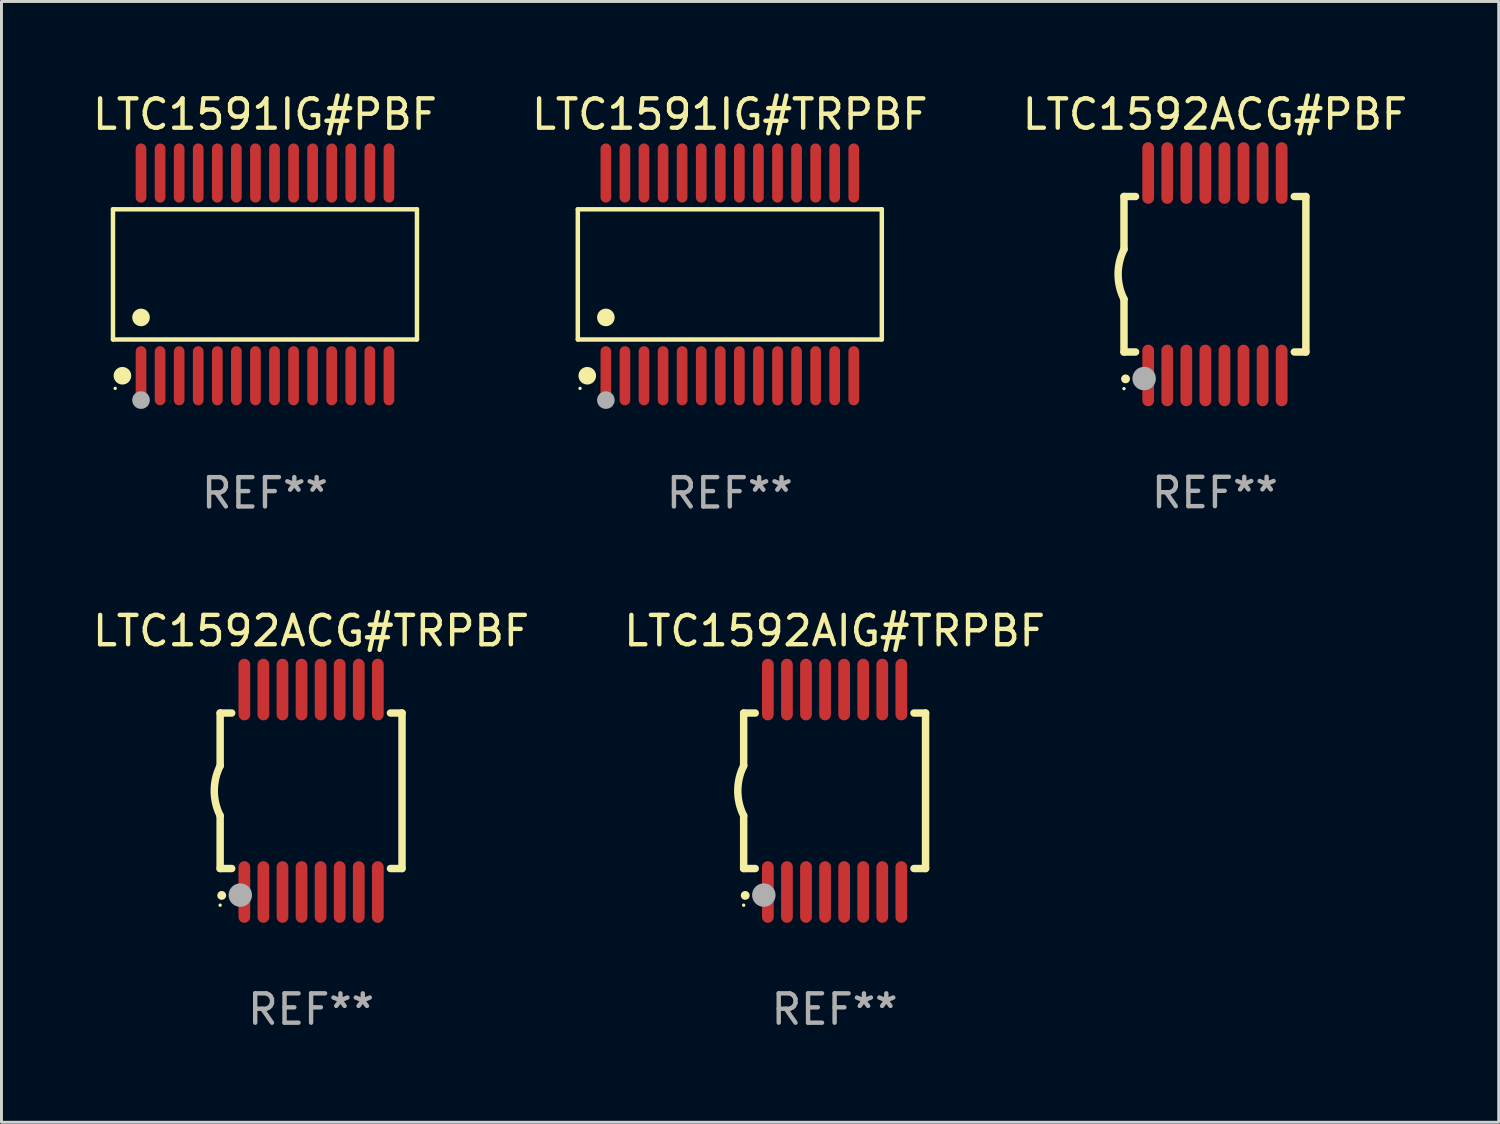
<source format=kicad_pcb>
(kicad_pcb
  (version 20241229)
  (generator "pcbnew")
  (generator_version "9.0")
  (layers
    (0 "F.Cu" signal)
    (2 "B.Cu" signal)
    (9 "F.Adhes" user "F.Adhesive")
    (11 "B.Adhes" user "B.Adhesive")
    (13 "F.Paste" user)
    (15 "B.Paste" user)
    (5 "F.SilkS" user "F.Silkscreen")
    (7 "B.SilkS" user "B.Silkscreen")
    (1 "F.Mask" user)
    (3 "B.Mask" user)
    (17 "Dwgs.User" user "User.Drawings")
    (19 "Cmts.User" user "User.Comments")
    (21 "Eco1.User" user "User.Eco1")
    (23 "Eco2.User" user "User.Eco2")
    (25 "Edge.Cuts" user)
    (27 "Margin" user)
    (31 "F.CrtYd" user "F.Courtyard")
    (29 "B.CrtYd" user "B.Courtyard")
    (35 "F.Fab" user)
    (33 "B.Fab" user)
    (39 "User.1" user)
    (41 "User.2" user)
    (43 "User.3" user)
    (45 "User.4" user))
  (footprint "LTC1592ACG#PBF"
    (layer "F.Cu")
    (at 38.363 6.298)
    (property "Reference" "LTC1592ACG#PBF" (at 0 -5.45 0) (layer "F.SilkS") (effects (font (size 1 1) (thickness 0.15))))
    (attr through_hole)
    (fp_line (start -3.1 -2.65) (end -3.1 -0.85) (stroke (width 0.254) (type solid)) (layer "F.SilkS"))
    (fp_line (start -3.1 -2.65) (end -2.706 -2.65) (stroke (width 0.254) (type solid)) (layer "F.SilkS"))
    (fp_line (start -3.1 2.65) (end -3.1 0.85) (stroke (width 0.254) (type solid)) (layer "F.SilkS"))
    (fp_line (start -3.1 2.65) (end -2.706 2.65) (stroke (width 0.254) (type solid)) (layer "F.SilkS"))
    (fp_line (start 2.706 -2.65) (end 3.1 -2.65) (stroke (width 0.254) (type solid)) (layer "F.SilkS"))
    (fp_line (start 2.706 2.65) (end 3.1 2.65) (stroke (width 0.254) (type solid)) (layer "F.SilkS"))
    (fp_line (start 3.1 -2.65) (end 3.1 2.65) (stroke (width 0.254) (type solid)) (layer "F.SilkS"))
    (fp_arc (start -3.098907 0.850902) (mid -3.300057 0.000523) (end -3.1 -0.850114) (stroke (width 0.254001) (type solid)) (layer "F.SilkS"))
    (fp_arc (start -3.048006 3.566066) (mid -3.046736 3.566061) (end -3.045466 3.566066) (stroke (width 0.3) (type solid)) (layer "F.SilkS"))
    (fp_circle (center -3.1 3.9) (end -3.07 3.9) (stroke (width 0.06) (type solid)) (fill no) (layer "F.SilkS"))
    (fp_circle (center -2.413 3.556) (end -2.213 3.556) (stroke (width 0.4) (type solid)) (fill no) (layer "F.Fab"))
    (fp_text user "REF**" (at 0 7.45 0) (layer "F.Fab") (effects (font (size 1 1) (thickness 0.15))))
    (pad "1" smd oval (at -2.275 3.45 180) (size 0.4 2.1) (layers "F.Cu" "F.Mask" "F.Paste"))
    (pad "2" smd oval (at -1.625 3.45 180) (size 0.4 2.1) (layers "F.Cu" "F.Mask" "F.Paste"))
    (pad "3" smd oval (at -0.975 3.45 180) (size 0.4 2.1) (layers "F.Cu" "F.Mask" "F.Paste"))
    (pad "4" smd oval (at -0.325 3.45 180) (size 0.4 2.1) (layers "F.Cu" "F.Mask" "F.Paste"))
    (pad "5" smd oval (at 0.325 3.45 180) (size 0.4 2.1) (layers "F.Cu" "F.Mask" "F.Paste"))
    (pad "6" smd oval (at 0.975 3.45 180) (size 0.4 2.1) (layers "F.Cu" "F.Mask" "F.Paste"))
    (pad "7" smd oval (at 1.625 3.45 180) (size 0.4 2.1) (layers "F.Cu" "F.Mask" "F.Paste"))
    (pad "8" smd oval (at 2.275 3.45 180) (size 0.4 2.1) (layers "F.Cu" "F.Mask" "F.Paste"))
    (pad "9" smd oval (at 2.275 -3.45 180) (size 0.4 2.1) (layers "F.Cu" "F.Mask" "F.Paste"))
    (pad "10" smd oval (at 1.625 -3.45 180) (size 0.4 2.1) (layers "F.Cu" "F.Mask" "F.Paste"))
    (pad "11" smd oval (at 0.975 -3.45 180) (size 0.4 2.1) (layers "F.Cu" "F.Mask" "F.Paste"))
    (pad "12" smd oval (at 0.325 -3.45 180) (size 0.4 2.1) (layers "F.Cu" "F.Mask" "F.Paste"))
    (pad "13" smd oval (at -0.325 -3.45 180) (size 0.4 2.1) (layers "F.Cu" "F.Mask" "F.Paste"))
    (pad "14" smd oval (at -0.975 -3.45 180) (size 0.4 2.1) (layers "F.Cu" "F.Mask" "F.Paste"))
    (pad "15" smd oval (at -1.625 -3.45 180) (size 0.4 2.1) (layers "F.Cu" "F.Mask" "F.Paste"))
    (pad "16" smd oval (at -2.275 -3.45 180) (size 0.4 2.1) (layers "F.Cu" "F.Mask" "F.Paste")))
  (footprint "LTC1591IG#PBF"
    (layer "F.Cu")
    (at 5.982 6.303)
    (property "Reference" "LTC1591IG#PBF" (at 0 -5.455 0) (layer "F.SilkS") (effects (font (size 1 1) (thickness 0.15))))
    (attr through_hole)
    (fp_line (start -5.181 -2.219) (end 5.181 -2.219) (stroke (width 0.152) (type solid)) (layer "F.SilkS"))
    (fp_line (start -5.181 2.219) (end -5.181 -2.219) (stroke (width 0.152) (type solid)) (layer "F.SilkS"))
    (fp_line (start 5.181 -2.219) (end 5.181 2.219) (stroke (width 0.152) (type solid)) (layer "F.SilkS"))
    (fp_line (start 5.181 2.219) (end -5.181 2.219) (stroke (width 0.152) (type solid)) (layer "F.SilkS"))
    (fp_circle (center -5.105 3.885) (end -5.075 3.885) (stroke (width 0.06) (type solid)) (fill no) (layer "F.SilkS"))
    (fp_circle (center -4.859 3.455) (end -4.709 3.455) (stroke (width 0.3) (type solid)) (fill no) (layer "F.SilkS"))
    (fp_circle (center -4.225 1.467) (end -4.075 1.467) (stroke (width 0.3) (type solid)) (fill no) (layer "F.SilkS"))
    (fp_circle (center -4.225 4.285) (end -4.075 4.285) (stroke (width 0.3) (type solid)) (fill no) (layer "F.Fab"))
    (fp_text user "REF**" (at 0 7.455 0) (layer "F.Fab") (effects (font (size 1 1) (thickness 0.15))))
    (pad "1" smd oval (at -4.225 3.455) (size 0.364 2.015) (layers "F.Cu" "F.Mask" "F.Paste"))
    (pad "2" smd oval (at -3.575 3.455) (size 0.364 2.015) (layers "F.Cu" "F.Mask" "F.Paste"))
    (pad "3" smd oval (at -2.925 3.455) (size 0.364 2.015) (layers "F.Cu" "F.Mask" "F.Paste"))
    (pad "4" smd oval (at -2.275 3.455) (size 0.364 2.015) (layers "F.Cu" "F.Mask" "F.Paste"))
    (pad "5" smd oval (at -1.625 3.455) (size 0.364 2.015) (layers "F.Cu" "F.Mask" "F.Paste"))
    (pad "6" smd oval (at -0.975 3.455) (size 0.364 2.015) (layers "F.Cu" "F.Mask" "F.Paste"))
    (pad "7" smd oval (at -0.325 3.455) (size 0.364 2.015) (layers "F.Cu" "F.Mask" "F.Paste"))
    (pad "8" smd oval (at 0.325 3.455) (size 0.364 2.015) (layers "F.Cu" "F.Mask" "F.Paste"))
    (pad "9" smd oval (at 0.975 3.455) (size 0.364 2.015) (layers "F.Cu" "F.Mask" "F.Paste"))
    (pad "10" smd oval (at 1.625 3.455) (size 0.364 2.015) (layers "F.Cu" "F.Mask" "F.Paste"))
    (pad "11" smd oval (at 2.275 3.455) (size 0.364 2.015) (layers "F.Cu" "F.Mask" "F.Paste"))
    (pad "12" smd oval (at 2.925 3.455) (size 0.364 2.015) (layers "F.Cu" "F.Mask" "F.Paste"))
    (pad "13" smd oval (at 3.575 3.455) (size 0.364 2.015) (layers "F.Cu" "F.Mask" "F.Paste"))
    (pad "14" smd oval (at 4.225 3.455) (size 0.364 2.015) (layers "F.Cu" "F.Mask" "F.Paste"))
    (pad "15" smd oval (at 4.225 -3.455) (size 0.364 2.015) (layers "F.Cu" "F.Mask" "F.Paste"))
    (pad "16" smd oval (at 3.575 -3.455) (size 0.364 2.015) (layers "F.Cu" "F.Mask" "F.Paste"))
    (pad "17" smd oval (at 2.925 -3.455) (size 0.364 2.015) (layers "F.Cu" "F.Mask" "F.Paste"))
    (pad "18" smd oval (at 2.275 -3.455) (size 0.364 2.015) (layers "F.Cu" "F.Mask" "F.Paste"))
    (pad "19" smd oval (at 1.625 -3.455) (size 0.364 2.015) (layers "F.Cu" "F.Mask" "F.Paste"))
    (pad "20" smd oval (at 0.975 -3.455) (size 0.364 2.015) (layers "F.Cu" "F.Mask" "F.Paste"))
    (pad "21" smd oval (at 0.325 -3.455) (size 0.364 2.015) (layers "F.Cu" "F.Mask" "F.Paste"))
    (pad "22" smd oval (at -0.325 -3.455) (size 0.364 2.015) (layers "F.Cu" "F.Mask" "F.Paste"))
    (pad "23" smd oval (at -0.975 -3.455) (size 0.364 2.015) (layers "F.Cu" "F.Mask" "F.Paste"))
    (pad "24" smd oval (at -1.625 -3.455) (size 0.364 2.015) (layers "F.Cu" "F.Mask" "F.Paste"))
    (pad "25" smd oval (at -2.275 -3.455) (size 0.364 2.015) (layers "F.Cu" "F.Mask" "F.Paste"))
    (pad "26" smd oval (at -2.925 -3.455) (size 0.364 2.015) (layers "F.Cu" "F.Mask" "F.Paste"))
    (pad "27" smd oval (at -3.575 -3.455) (size 0.364 2.015) (layers "F.Cu" "F.Mask" "F.Paste"))
    (pad "28" smd oval (at -4.225 -3.455) (size 0.364 2.015) (layers "F.Cu" "F.Mask" "F.Paste")))
  (footprint "LTC1592ACG#TRPBF"
    (layer "F.Cu")
    (at 7.554 23.905)
    (property "Reference" "LTC1592ACG#TRPBF" (at 0 -5.45 0) (layer "F.SilkS") (effects (font (size 1 1) (thickness 0.15))))
    (attr through_hole)
    (fp_line (start -3.1 -2.65) (end -3.1 -0.85) (stroke (width 0.254) (type solid)) (layer "F.SilkS"))
    (fp_line (start -3.1 -2.65) (end -2.706 -2.65) (stroke (width 0.254) (type solid)) (layer "F.SilkS"))
    (fp_line (start -3.1 2.65) (end -3.1 0.85) (stroke (width 0.254) (type solid)) (layer "F.SilkS"))
    (fp_line (start -3.1 2.65) (end -2.706 2.65) (stroke (width 0.254) (type solid)) (layer "F.SilkS"))
    (fp_line (start 2.706 -2.65) (end 3.1 -2.65) (stroke (width 0.254) (type solid)) (layer "F.SilkS"))
    (fp_line (start 2.706 2.65) (end 3.1 2.65) (stroke (width 0.254) (type solid)) (layer "F.SilkS"))
    (fp_line (start 3.1 -2.65) (end 3.1 2.65) (stroke (width 0.254) (type solid)) (layer "F.SilkS"))
    (fp_arc (start -3.098907 0.850902) (mid -3.300057 0.000523) (end -3.1 -0.850114) (stroke (width 0.254001) (type solid)) (layer "F.SilkS"))
    (fp_arc (start -3.048006 3.566066) (mid -3.046736 3.566061) (end -3.045466 3.566066) (stroke (width 0.3) (type solid)) (layer "F.SilkS"))
    (fp_circle (center -3.1 3.9) (end -3.07 3.9) (stroke (width 0.06) (type solid)) (fill no) (layer "F.SilkS"))
    (fp_circle (center -2.413 3.556) (end -2.213 3.556) (stroke (width 0.4) (type solid)) (fill no) (layer "F.Fab"))
    (fp_text user "REF**" (at 0 7.45 0) (layer "F.Fab") (effects (font (size 1 1) (thickness 0.15))))
    (pad "1" smd oval (at -2.275 3.45 180) (size 0.4 2.1) (layers "F.Cu" "F.Mask" "F.Paste"))
    (pad "2" smd oval (at -1.625 3.45 180) (size 0.4 2.1) (layers "F.Cu" "F.Mask" "F.Paste"))
    (pad "3" smd oval (at -0.975 3.45 180) (size 0.4 2.1) (layers "F.Cu" "F.Mask" "F.Paste"))
    (pad "4" smd oval (at -0.325 3.45 180) (size 0.4 2.1) (layers "F.Cu" "F.Mask" "F.Paste"))
    (pad "5" smd oval (at 0.325 3.45 180) (size 0.4 2.1) (layers "F.Cu" "F.Mask" "F.Paste"))
    (pad "6" smd oval (at 0.975 3.45 180) (size 0.4 2.1) (layers "F.Cu" "F.Mask" "F.Paste"))
    (pad "7" smd oval (at 1.625 3.45 180) (size 0.4 2.1) (layers "F.Cu" "F.Mask" "F.Paste"))
    (pad "8" smd oval (at 2.275 3.45 180) (size 0.4 2.1) (layers "F.Cu" "F.Mask" "F.Paste"))
    (pad "9" smd oval (at 2.275 -3.45 180) (size 0.4 2.1) (layers "F.Cu" "F.Mask" "F.Paste"))
    (pad "10" smd oval (at 1.625 -3.45 180) (size 0.4 2.1) (layers "F.Cu" "F.Mask" "F.Paste"))
    (pad "11" smd oval (at 0.975 -3.45 180) (size 0.4 2.1) (layers "F.Cu" "F.Mask" "F.Paste"))
    (pad "12" smd oval (at 0.325 -3.45 180) (size 0.4 2.1) (layers "F.Cu" "F.Mask" "F.Paste"))
    (pad "13" smd oval (at -0.325 -3.45 180) (size 0.4 2.1) (layers "F.Cu" "F.Mask" "F.Paste"))
    (pad "14" smd oval (at -0.975 -3.45 180) (size 0.4 2.1) (layers "F.Cu" "F.Mask" "F.Paste"))
    (pad "15" smd oval (at -1.625 -3.45 180) (size 0.4 2.1) (layers "F.Cu" "F.Mask" "F.Paste"))
    (pad "16" smd oval (at -2.275 -3.45 180) (size 0.4 2.1) (layers "F.Cu" "F.Mask" "F.Paste")))
  (footprint "LTC1592AIG#TRPBF"
    (layer "F.Cu")
    (at 25.399 23.905)
    (property "Reference" "LTC1592AIG#TRPBF" (at 0 -5.45 0) (layer "F.SilkS") (effects (font (size 1 1) (thickness 0.15))))
    (attr through_hole)
    (fp_line (start -3.1 -2.65) (end -3.1 -0.85) (stroke (width 0.254) (type solid)) (layer "F.SilkS"))
    (fp_line (start -3.1 -2.65) (end -2.706 -2.65) (stroke (width 0.254) (type solid)) (layer "F.SilkS"))
    (fp_line (start -3.1 2.65) (end -3.1 0.85) (stroke (width 0.254) (type solid)) (layer "F.SilkS"))
    (fp_line (start -3.1 2.65) (end -2.706 2.65) (stroke (width 0.254) (type solid)) (layer "F.SilkS"))
    (fp_line (start 2.706 -2.65) (end 3.1 -2.65) (stroke (width 0.254) (type solid)) (layer "F.SilkS"))
    (fp_line (start 2.706 2.65) (end 3.1 2.65) (stroke (width 0.254) (type solid)) (layer "F.SilkS"))
    (fp_line (start 3.1 -2.65) (end 3.1 2.65) (stroke (width 0.254) (type solid)) (layer "F.SilkS"))
    (fp_arc (start -3.098907 0.850902) (mid -3.300057 0.000523) (end -3.1 -0.850114) (stroke (width 0.254001) (type solid)) (layer "F.SilkS"))
    (fp_arc (start -3.048006 3.566066) (mid -3.046736 3.566061) (end -3.045466 3.566066) (stroke (width 0.3) (type solid)) (layer "F.SilkS"))
    (fp_circle (center -3.1 3.9) (end -3.07 3.9) (stroke (width 0.06) (type solid)) (fill no) (layer "F.SilkS"))
    (fp_circle (center -2.413 3.556) (end -2.213 3.556) (stroke (width 0.4) (type solid)) (fill no) (layer "F.Fab"))
    (fp_text user "REF**" (at 0 7.45 0) (layer "F.Fab") (effects (font (size 1 1) (thickness 0.15))))
    (pad "1" smd oval (at -2.275 3.45 180) (size 0.4 2.1) (layers "F.Cu" "F.Mask" "F.Paste"))
    (pad "2" smd oval (at -1.625 3.45 180) (size 0.4 2.1) (layers "F.Cu" "F.Mask" "F.Paste"))
    (pad "3" smd oval (at -0.975 3.45 180) (size 0.4 2.1) (layers "F.Cu" "F.Mask" "F.Paste"))
    (pad "4" smd oval (at -0.325 3.45 180) (size 0.4 2.1) (layers "F.Cu" "F.Mask" "F.Paste"))
    (pad "5" smd oval (at 0.325 3.45 180) (size 0.4 2.1) (layers "F.Cu" "F.Mask" "F.Paste"))
    (pad "6" smd oval (at 0.975 3.45 180) (size 0.4 2.1) (layers "F.Cu" "F.Mask" "F.Paste"))
    (pad "7" smd oval (at 1.625 3.45 180) (size 0.4 2.1) (layers "F.Cu" "F.Mask" "F.Paste"))
    (pad "8" smd oval (at 2.275 3.45 180) (size 0.4 2.1) (layers "F.Cu" "F.Mask" "F.Paste"))
    (pad "9" smd oval (at 2.275 -3.45 180) (size 0.4 2.1) (layers "F.Cu" "F.Mask" "F.Paste"))
    (pad "10" smd oval (at 1.625 -3.45 180) (size 0.4 2.1) (layers "F.Cu" "F.Mask" "F.Paste"))
    (pad "11" smd oval (at 0.975 -3.45 180) (size 0.4 2.1) (layers "F.Cu" "F.Mask" "F.Paste"))
    (pad "12" smd oval (at 0.325 -3.45 180) (size 0.4 2.1) (layers "F.Cu" "F.Mask" "F.Paste"))
    (pad "13" smd oval (at -0.325 -3.45 180) (size 0.4 2.1) (layers "F.Cu" "F.Mask" "F.Paste"))
    (pad "14" smd oval (at -0.975 -3.45 180) (size 0.4 2.1) (layers "F.Cu" "F.Mask" "F.Paste"))
    (pad "15" smd oval (at -1.625 -3.45 180) (size 0.4 2.1) (layers "F.Cu" "F.Mask" "F.Paste"))
    (pad "16" smd oval (at -2.275 -3.45 180) (size 0.4 2.1) (layers "F.Cu" "F.Mask" "F.Paste")))
  (footprint "LTC1591IG#TRPBF"
    (layer "F.Cu")
    (at 21.827 6.303)
    (property "Reference" "LTC1591IG#TRPBF" (at 0 -5.455 0) (layer "F.SilkS") (effects (font (size 1 1) (thickness 0.15))))
    (attr through_hole)
    (fp_line (start -5.181 -2.219) (end 5.181 -2.219) (stroke (width 0.152) (type solid)) (layer "F.SilkS"))
    (fp_line (start -5.181 2.219) (end -5.181 -2.219) (stroke (width 0.152) (type solid)) (layer "F.SilkS"))
    (fp_line (start 5.181 -2.219) (end 5.181 2.219) (stroke (width 0.152) (type solid)) (layer "F.SilkS"))
    (fp_line (start 5.181 2.219) (end -5.181 2.219) (stroke (width 0.152) (type solid)) (layer "F.SilkS"))
    (fp_circle (center -5.105 3.885) (end -5.075 3.885) (stroke (width 0.06) (type solid)) (fill no) (layer "F.SilkS"))
    (fp_circle (center -4.859 3.455) (end -4.709 3.455) (stroke (width 0.3) (type solid)) (fill no) (layer "F.SilkS"))
    (fp_circle (center -4.225 1.467) (end -4.075 1.467) (stroke (width 0.3) (type solid)) (fill no) (layer "F.SilkS"))
    (fp_circle (center -4.225 4.285) (end -4.075 4.285) (stroke (width 0.3) (type solid)) (fill no) (layer "F.Fab"))
    (fp_text user "REF**" (at 0 7.455 0) (layer "F.Fab") (effects (font (size 1 1) (thickness 0.15))))
    (pad "1" smd oval (at -4.225 3.455) (size 0.364 2.015) (layers "F.Cu" "F.Mask" "F.Paste"))
    (pad "2" smd oval (at -3.575 3.455) (size 0.364 2.015) (layers "F.Cu" "F.Mask" "F.Paste"))
    (pad "3" smd oval (at -2.925 3.455) (size 0.364 2.015) (layers "F.Cu" "F.Mask" "F.Paste"))
    (pad "4" smd oval (at -2.275 3.455) (size 0.364 2.015) (layers "F.Cu" "F.Mask" "F.Paste"))
    (pad "5" smd oval (at -1.625 3.455) (size 0.364 2.015) (layers "F.Cu" "F.Mask" "F.Paste"))
    (pad "6" smd oval (at -0.975 3.455) (size 0.364 2.015) (layers "F.Cu" "F.Mask" "F.Paste"))
    (pad "7" smd oval (at -0.325 3.455) (size 0.364 2.015) (layers "F.Cu" "F.Mask" "F.Paste"))
    (pad "8" smd oval (at 0.325 3.455) (size 0.364 2.015) (layers "F.Cu" "F.Mask" "F.Paste"))
    (pad "9" smd oval (at 0.975 3.455) (size 0.364 2.015) (layers "F.Cu" "F.Mask" "F.Paste"))
    (pad "10" smd oval (at 1.625 3.455) (size 0.364 2.015) (layers "F.Cu" "F.Mask" "F.Paste"))
    (pad "11" smd oval (at 2.275 3.455) (size 0.364 2.015) (layers "F.Cu" "F.Mask" "F.Paste"))
    (pad "12" smd oval (at 2.925 3.455) (size 0.364 2.015) (layers "F.Cu" "F.Mask" "F.Paste"))
    (pad "13" smd oval (at 3.575 3.455) (size 0.364 2.015) (layers "F.Cu" "F.Mask" "F.Paste"))
    (pad "14" smd oval (at 4.225 3.455) (size 0.364 2.015) (layers "F.Cu" "F.Mask" "F.Paste"))
    (pad "15" smd oval (at 4.225 -3.455) (size 0.364 2.015) (layers "F.Cu" "F.Mask" "F.Paste"))
    (pad "16" smd oval (at 3.575 -3.455) (size 0.364 2.015) (layers "F.Cu" "F.Mask" "F.Paste"))
    (pad "17" smd oval (at 2.925 -3.455) (size 0.364 2.015) (layers "F.Cu" "F.Mask" "F.Paste"))
    (pad "18" smd oval (at 2.275 -3.455) (size 0.364 2.015) (layers "F.Cu" "F.Mask" "F.Paste"))
    (pad "19" smd oval (at 1.625 -3.455) (size 0.364 2.015) (layers "F.Cu" "F.Mask" "F.Paste"))
    (pad "20" smd oval (at 0.975 -3.455) (size 0.364 2.015) (layers "F.Cu" "F.Mask" "F.Paste"))
    (pad "21" smd oval (at 0.325 -3.455) (size 0.364 2.015) (layers "F.Cu" "F.Mask" "F.Paste"))
    (pad "22" smd oval (at -0.325 -3.455) (size 0.364 2.015) (layers "F.Cu" "F.Mask" "F.Paste"))
    (pad "23" smd oval (at -0.975 -3.455) (size 0.364 2.015) (layers "F.Cu" "F.Mask" "F.Paste"))
    (pad "24" smd oval (at -1.625 -3.455) (size 0.364 2.015) (layers "F.Cu" "F.Mask" "F.Paste"))
    (pad "25" smd oval (at -2.275 -3.455) (size 0.364 2.015) (layers "F.Cu" "F.Mask" "F.Paste"))
    (pad "26" smd oval (at -2.925 -3.455) (size 0.364 2.015) (layers "F.Cu" "F.Mask" "F.Paste"))
    (pad "27" smd oval (at -3.575 -3.455) (size 0.364 2.015) (layers "F.Cu" "F.Mask" "F.Paste"))
    (pad "28" smd oval (at -4.225 -3.455) (size 0.364 2.015) (layers "F.Cu" "F.Mask" "F.Paste")))
  (gr_rect
    (start -3 -3)
    (end 48.036 35.204)
    (stroke (width 0.1) (type default))
    (fill no)
    (layer "Edge.Cuts")))
</source>
